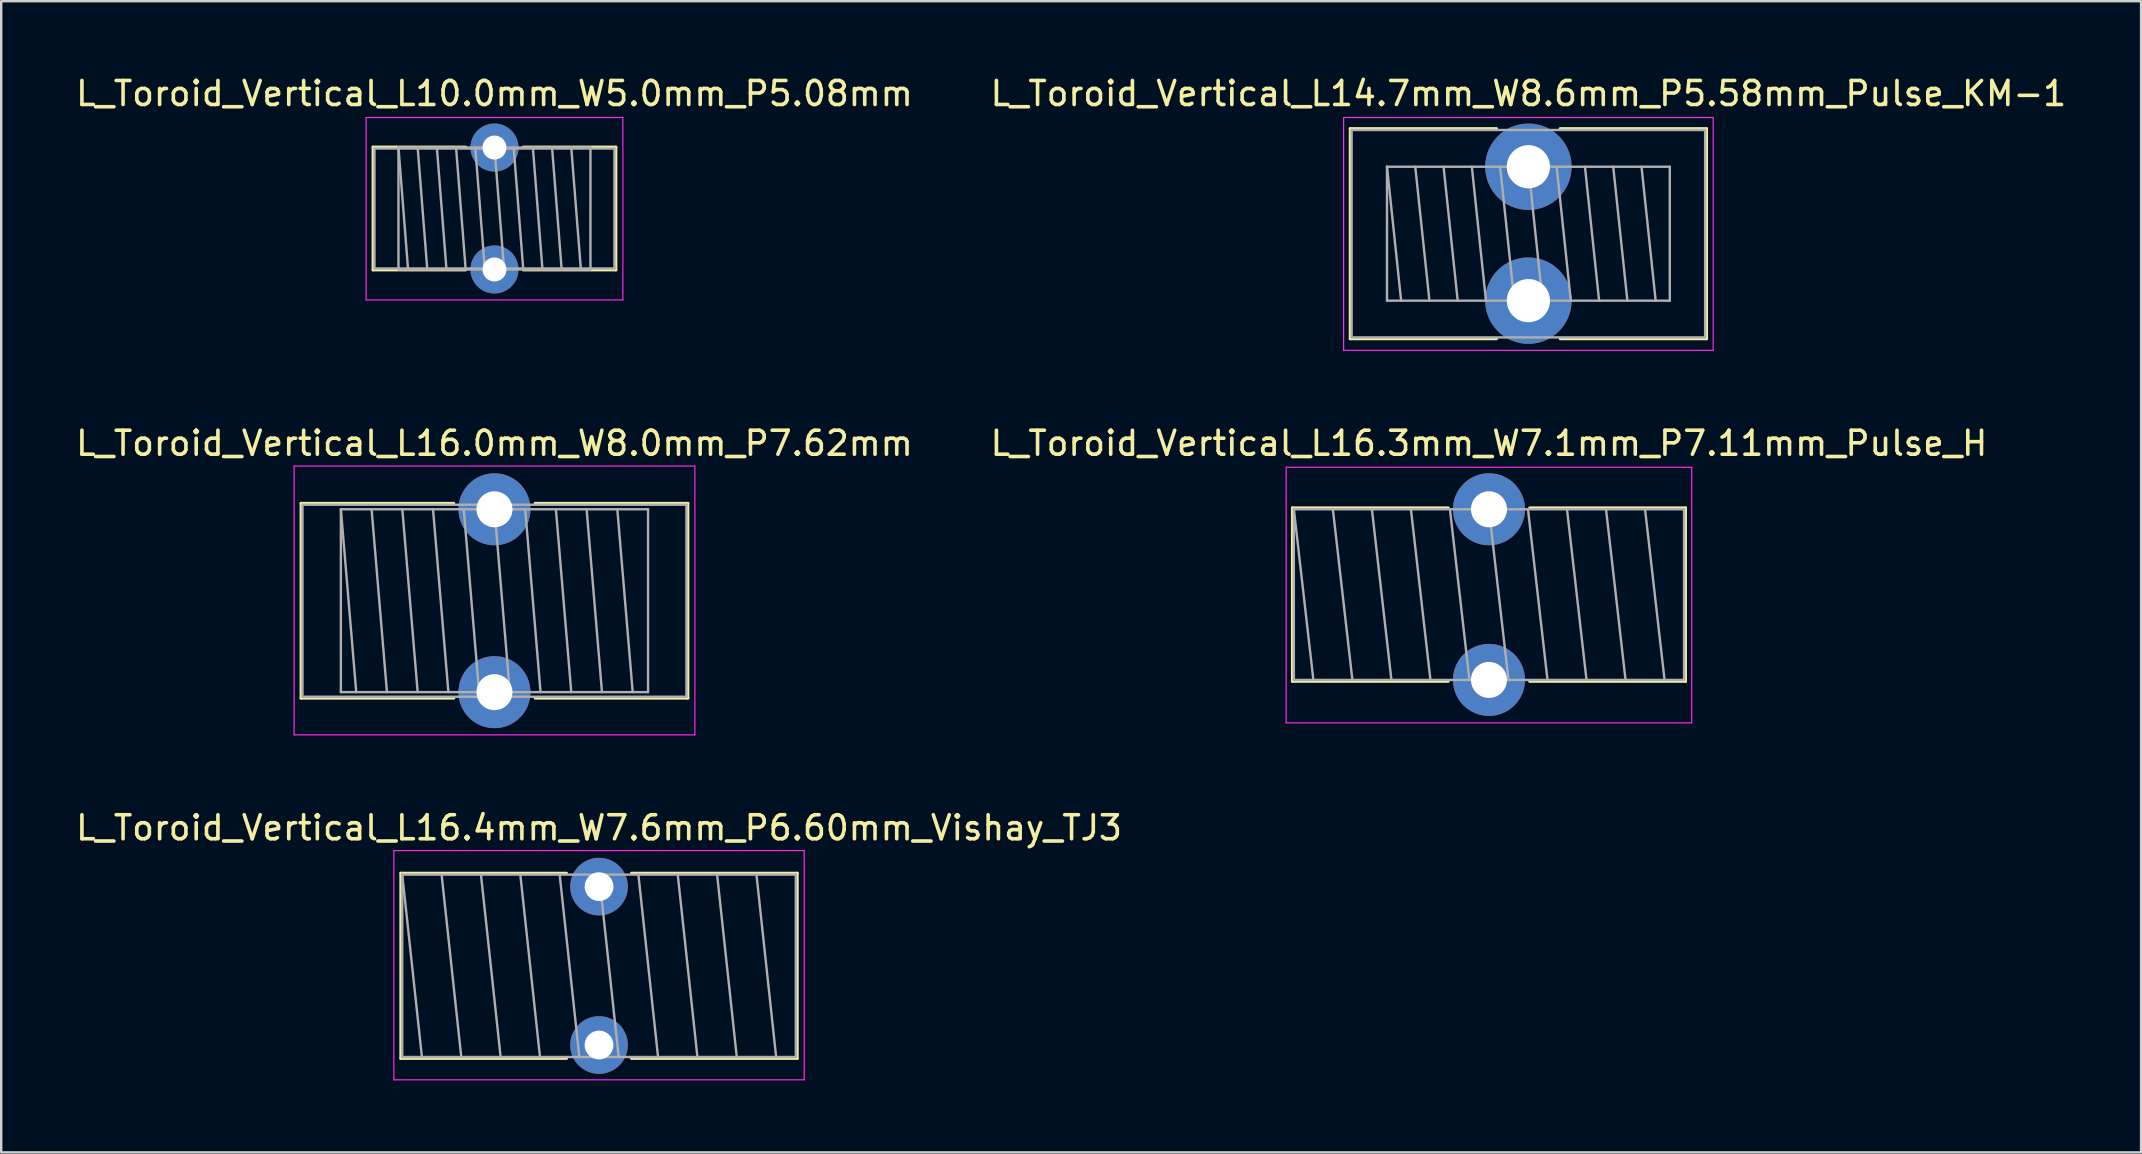
<source format=kicad_pcb>
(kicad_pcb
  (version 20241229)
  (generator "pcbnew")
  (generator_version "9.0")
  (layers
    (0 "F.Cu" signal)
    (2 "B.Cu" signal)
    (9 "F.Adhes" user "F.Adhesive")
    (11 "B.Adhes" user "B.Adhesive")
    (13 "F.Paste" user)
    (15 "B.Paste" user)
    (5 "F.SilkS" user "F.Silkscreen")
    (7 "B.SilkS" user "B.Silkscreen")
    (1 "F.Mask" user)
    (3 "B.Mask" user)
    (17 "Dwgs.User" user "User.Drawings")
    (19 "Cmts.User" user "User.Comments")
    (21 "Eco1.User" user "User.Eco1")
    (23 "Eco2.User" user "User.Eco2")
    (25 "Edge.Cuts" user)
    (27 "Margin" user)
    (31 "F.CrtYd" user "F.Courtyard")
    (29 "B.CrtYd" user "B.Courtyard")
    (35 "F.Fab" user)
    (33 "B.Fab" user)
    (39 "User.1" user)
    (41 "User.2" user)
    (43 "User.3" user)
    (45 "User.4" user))
  (footprint "L_Toroid_Vertical_L14.7mm_W8.6mm_P5.58mm_Pulse_KM-1"
    (layer "F.Cu")
    (at 60.637 3.898)
    (property "Reference" "L_Toroid_Vertical_L14.7mm_W8.6mm_P5.58mm_Pulse_KM-1" (at 0 -3.05 0) (layer "F.SilkS") (effects (font (size 1 1) (thickness 0.15))))
    (attr through_hole)
    (fp_line (start -7.425 -1.59) (end -7.425 7.17) (stroke (width 0.12) (type solid)) (layer "F.SilkS"))
    (fp_line (start -7.425 -1.59) (end -1.325 -1.59) (stroke (width 0.12) (type solid)) (layer "F.SilkS"))
    (fp_line (start -7.425 7.17) (end -1.325 7.17) (stroke (width 0.12) (type solid)) (layer "F.SilkS"))
    (fp_line (start 1.325 -1.59) (end 7.425 -1.59) (stroke (width 0.12) (type solid)) (layer "F.SilkS"))
    (fp_line (start 1.325 7.17) (end 7.425 7.17) (stroke (width 0.12) (type solid)) (layer "F.SilkS"))
    (fp_line (start 7.425 -1.59) (end 7.425 7.17) (stroke (width 0.12) (type solid)) (layer "F.SilkS"))
    (fp_line (start -7.7 -2.05) (end -7.7 7.65) (stroke (width 0.05) (type solid)) (layer "F.CrtYd"))
    (fp_line (start -7.7 7.65) (end 7.7 7.65) (stroke (width 0.05) (type solid)) (layer "F.CrtYd"))
    (fp_line (start 7.7 -2.05) (end -7.7 -2.05) (stroke (width 0.05) (type solid)) (layer "F.CrtYd"))
    (fp_line (start 7.7 7.65) (end 7.7 -2.05) (stroke (width 0.05) (type solid)) (layer "F.CrtYd"))
    (fp_line (start -7.365 -1.53) (end -7.365 7.11) (stroke (width 0.1) (type solid)) (layer "F.Fab"))
    (fp_line (start -7.365 7.11) (end 7.365 7.11) (stroke (width 0.1) (type solid)) (layer "F.Fab"))
    (fp_line (start -5.892 0) (end -5.892 5.58) (stroke (width 0.1) (type solid)) (layer "F.Fab"))
    (fp_line (start -5.892 0) (end -5.303 5.58) (stroke (width 0.1) (type solid)) (layer "F.Fab"))
    (fp_line (start -5.892 5.58) (end 5.892 5.58) (stroke (width 0.1) (type solid)) (layer "F.Fab"))
    (fp_line (start -4.714 0) (end -4.124 5.58) (stroke (width 0.1) (type solid)) (layer "F.Fab"))
    (fp_line (start -3.535 0) (end -2.946 5.58) (stroke (width 0.1) (type solid)) (layer "F.Fab"))
    (fp_line (start -2.357 0) (end -1.768 5.58) (stroke (width 0.1) (type solid)) (layer "F.Fab"))
    (fp_line (start -1.178 0) (end -0.589 5.58) (stroke (width 0.1) (type solid)) (layer "F.Fab"))
    (fp_line (start 0 0) (end 0.589 5.58) (stroke (width 0.1) (type solid)) (layer "F.Fab"))
    (fp_line (start 1.178 0) (end 1.768 5.58) (stroke (width 0.1) (type solid)) (layer "F.Fab"))
    (fp_line (start 2.357 0) (end 2.946 5.58) (stroke (width 0.1) (type solid)) (layer "F.Fab"))
    (fp_line (start 3.535 0) (end 4.124 5.58) (stroke (width 0.1) (type solid)) (layer "F.Fab"))
    (fp_line (start 4.714 0) (end 5.303 5.58) (stroke (width 0.1) (type solid)) (layer "F.Fab"))
    (fp_line (start 5.892 0) (end -5.892 0) (stroke (width 0.1) (type solid)) (layer "F.Fab"))
    (fp_line (start 5.892 5.58) (end 5.892 0) (stroke (width 0.1) (type solid)) (layer "F.Fab"))
    (fp_line (start 7.365 -1.53) (end -7.365 -1.53) (stroke (width 0.1) (type solid)) (layer "F.Fab"))
    (fp_line (start 7.365 7.11) (end 7.365 -1.53) (stroke (width 0.1) (type solid)) (layer "F.Fab"))
    (pad "1" thru_hole circle (at 0 0) (size 3.6 3.6) (drill 1.8) (layers "*.Cu" "*.Mask"))
    (pad "2" thru_hole circle (at 0 5.58) (size 3.6 3.6) (drill 1.8) (layers "*.Cu" "*.Mask")))
  (footprint "L_Toroid_Vertical_L16.3mm_W7.1mm_P7.11mm_Pulse_H"
    (layer "F.Cu")
    (at 58.994 18.172)
    (property "Reference" "L_Toroid_Vertical_L16.3mm_W7.1mm_P7.11mm_Pulse_H" (at 0 -2.75 0) (layer "F.SilkS") (effects (font (size 1 1) (thickness 0.15))))
    (attr through_hole)
    (fp_line (start -8.191 -0.06) (end -8.191 7.17) (stroke (width 0.12) (type solid)) (layer "F.SilkS"))
    (fp_line (start -8.191 -0.06) (end -1.695 -0.06) (stroke (width 0.12) (type solid)) (layer "F.SilkS"))
    (fp_line (start -8.191 7.17) (end -1.695 7.17) (stroke (width 0.12) (type solid)) (layer "F.SilkS"))
    (fp_line (start 1.695 -0.06) (end 8.191 -0.06) (stroke (width 0.12) (type solid)) (layer "F.SilkS"))
    (fp_line (start 1.695 7.17) (end 8.191 7.17) (stroke (width 0.12) (type solid)) (layer "F.SilkS"))
    (fp_line (start 8.191 -0.06) (end 8.191 7.17) (stroke (width 0.12) (type solid)) (layer "F.SilkS"))
    (fp_line (start -8.45 -1.75) (end -8.45 8.9) (stroke (width 0.05) (type solid)) (layer "F.CrtYd"))
    (fp_line (start -8.45 8.9) (end 8.45 8.9) (stroke (width 0.05) (type solid)) (layer "F.CrtYd"))
    (fp_line (start 8.45 -1.75) (end -8.45 -1.75) (stroke (width 0.05) (type solid)) (layer "F.CrtYd"))
    (fp_line (start 8.45 8.9) (end 8.45 -1.75) (stroke (width 0.05) (type solid)) (layer "F.CrtYd"))
    (fp_line (start -8.13 0) (end -8.13 7.11) (stroke (width 0.1) (type solid)) (layer "F.Fab"))
    (fp_line (start -8.13 0) (end -7.317 7.11) (stroke (width 0.1) (type solid)) (layer "F.Fab"))
    (fp_line (start -8.13 7.11) (end 8.13 7.11) (stroke (width 0.1) (type solid)) (layer "F.Fab"))
    (fp_line (start -6.504 0) (end -5.691 7.11) (stroke (width 0.1) (type solid)) (layer "F.Fab"))
    (fp_line (start -4.878 0) (end -4.065 7.11) (stroke (width 0.1) (type solid)) (layer "F.Fab"))
    (fp_line (start -3.252 0) (end -2.439 7.11) (stroke (width 0.1) (type solid)) (layer "F.Fab"))
    (fp_line (start -1.626 0) (end -0.813 7.11) (stroke (width 0.1) (type solid)) (layer "F.Fab"))
    (fp_line (start 0 0) (end 0.813 7.11) (stroke (width 0.1) (type solid)) (layer "F.Fab"))
    (fp_line (start 1.626 0) (end 2.439 7.11) (stroke (width 0.1) (type solid)) (layer "F.Fab"))
    (fp_line (start 3.252 0) (end 4.065 7.11) (stroke (width 0.1) (type solid)) (layer "F.Fab"))
    (fp_line (start 4.878 0) (end 5.691 7.11) (stroke (width 0.1) (type solid)) (layer "F.Fab"))
    (fp_line (start 6.504 0) (end 7.317 7.11) (stroke (width 0.1) (type solid)) (layer "F.Fab"))
    (fp_line (start 8.13 0) (end -8.13 0) (stroke (width 0.1) (type solid)) (layer "F.Fab"))
    (fp_line (start 8.13 7.11) (end 8.13 0) (stroke (width 0.1) (type solid)) (layer "F.Fab"))
    (pad "1" thru_hole circle (at 0 0) (size 3 3) (drill 1.5) (layers "*.Cu" "*.Mask"))
    (pad "2" thru_hole circle (at 0 7.11) (size 3 3) (drill 1.5) (layers "*.Cu" "*.Mask")))
  (footprint "L_Toroid_Vertical_L16.0mm_W8.0mm_P7.62mm"
    (layer "F.Cu")
    (at 17.554 18.172)
    (property "Reference" "L_Toroid_Vertical_L16.0mm_W8.0mm_P7.62mm" (at 0 -2.75 0) (layer "F.SilkS") (effects (font (size 1 1) (thickness 0.15))))
    (attr through_hole)
    (fp_line (start -8.06 -0.25) (end -8.06 7.87) (stroke (width 0.12) (type solid)) (layer "F.SilkS"))
    (fp_line (start -8.06 -0.25) (end -1.695 -0.25) (stroke (width 0.12) (type solid)) (layer "F.SilkS"))
    (fp_line (start -8.06 7.87) (end -1.695 7.87) (stroke (width 0.12) (type solid)) (layer "F.SilkS"))
    (fp_line (start 1.695 -0.25) (end 8.06 -0.25) (stroke (width 0.12) (type solid)) (layer "F.SilkS"))
    (fp_line (start 1.695 7.87) (end 8.06 7.87) (stroke (width 0.12) (type solid)) (layer "F.SilkS"))
    (fp_line (start 8.06 -0.25) (end 8.06 7.87) (stroke (width 0.12) (type solid)) (layer "F.SilkS"))
    (fp_line (start -8.35 -1.8) (end -8.35 9.4) (stroke (width 0.05) (type solid)) (layer "F.CrtYd"))
    (fp_line (start -8.35 9.4) (end 8.35 9.4) (stroke (width 0.05) (type solid)) (layer "F.CrtYd"))
    (fp_line (start 8.35 -1.8) (end -8.35 -1.8) (stroke (width 0.05) (type solid)) (layer "F.CrtYd"))
    (fp_line (start 8.35 9.4) (end 8.35 -1.8) (stroke (width 0.05) (type solid)) (layer "F.CrtYd"))
    (fp_line (start -8 -0.19) (end -8 7.81) (stroke (width 0.1) (type solid)) (layer "F.Fab"))
    (fp_line (start -8 7.81) (end 8 7.81) (stroke (width 0.1) (type solid)) (layer "F.Fab"))
    (fp_line (start -6.4 0) (end -6.4 7.62) (stroke (width 0.1) (type solid)) (layer "F.Fab"))
    (fp_line (start -6.4 0) (end -5.76 7.62) (stroke (width 0.1) (type solid)) (layer "F.Fab"))
    (fp_line (start -6.4 7.62) (end 6.4 7.62) (stroke (width 0.1) (type solid)) (layer "F.Fab"))
    (fp_line (start -5.12 0) (end -4.48 7.62) (stroke (width 0.1) (type solid)) (layer "F.Fab"))
    (fp_line (start -3.84 0) (end -3.2 7.62) (stroke (width 0.1) (type solid)) (layer "F.Fab"))
    (fp_line (start -2.56 0) (end -1.92 7.62) (stroke (width 0.1) (type solid)) (layer "F.Fab"))
    (fp_line (start -1.28 0) (end -0.64 7.62) (stroke (width 0.1) (type solid)) (layer "F.Fab"))
    (fp_line (start 0 0) (end 0.64 7.62) (stroke (width 0.1) (type solid)) (layer "F.Fab"))
    (fp_line (start 1.28 0) (end 1.92 7.62) (stroke (width 0.1) (type solid)) (layer "F.Fab"))
    (fp_line (start 2.56 0) (end 3.2 7.62) (stroke (width 0.1) (type solid)) (layer "F.Fab"))
    (fp_line (start 3.84 0) (end 4.48 7.62) (stroke (width 0.1) (type solid)) (layer "F.Fab"))
    (fp_line (start 5.12 0) (end 5.76 7.62) (stroke (width 0.1) (type solid)) (layer "F.Fab"))
    (fp_line (start 6.4 0) (end -6.4 0) (stroke (width 0.1) (type solid)) (layer "F.Fab"))
    (fp_line (start 6.4 7.62) (end 6.4 0) (stroke (width 0.1) (type solid)) (layer "F.Fab"))
    (fp_line (start 8 -0.19) (end -8 -0.19) (stroke (width 0.1) (type solid)) (layer "F.Fab"))
    (fp_line (start 8 7.81) (end 8 -0.19) (stroke (width 0.1) (type solid)) (layer "F.Fab"))
    (pad "1" thru_hole circle (at 0 0) (size 3 3) (drill 1.5) (layers "*.Cu" "*.Mask"))
    (pad "2" thru_hole circle (at 0 7.62) (size 3 3) (drill 1.5) (layers "*.Cu" "*.Mask")))
  (footprint "L_Toroid_Vertical_L16.4mm_W7.6mm_P6.60mm_Vishay_TJ3"
    (layer "F.Cu")
    (at 21.911 33.895)
    (property "Reference" "L_Toroid_Vertical_L16.4mm_W7.6mm_P6.60mm_Vishay_TJ3" (at 0 -2.45 0) (layer "F.SilkS") (effects (font (size 1 1) (thickness 0.15))))
    (attr through_hole)
    (fp_line (start -8.26 -0.56) (end -8.26 7.16) (stroke (width 0.12) (type solid)) (layer "F.SilkS"))
    (fp_line (start -8.26 -0.56) (end -1.352 -0.56) (stroke (width 0.12) (type solid)) (layer "F.SilkS"))
    (fp_line (start -8.26 7.16) (end -1.352 7.16) (stroke (width 0.12) (type solid)) (layer "F.SilkS"))
    (fp_line (start 1.352 -0.56) (end 8.26 -0.56) (stroke (width 0.12) (type solid)) (layer "F.SilkS"))
    (fp_line (start 1.352 7.16) (end 8.26 7.16) (stroke (width 0.12) (type solid)) (layer "F.SilkS"))
    (fp_line (start 8.26 -0.56) (end 8.26 7.16) (stroke (width 0.12) (type solid)) (layer "F.SilkS"))
    (fp_line (start -8.55 -1.5) (end -8.55 8.05) (stroke (width 0.05) (type solid)) (layer "F.CrtYd"))
    (fp_line (start -8.55 8.05) (end 8.55 8.05) (stroke (width 0.05) (type solid)) (layer "F.CrtYd"))
    (fp_line (start 8.55 -1.5) (end -8.55 -1.5) (stroke (width 0.05) (type solid)) (layer "F.CrtYd"))
    (fp_line (start 8.55 8.05) (end 8.55 -1.5) (stroke (width 0.05) (type solid)) (layer "F.CrtYd"))
    (fp_line (start -8.2 -0.5) (end -8.2 7.1) (stroke (width 0.1) (type solid)) (layer "F.Fab"))
    (fp_line (start -8.2 -0.5) (end -7.38 7.1) (stroke (width 0.1) (type solid)) (layer "F.Fab"))
    (fp_line (start -8.2 7.1) (end 8.2 7.1) (stroke (width 0.1) (type solid)) (layer "F.Fab"))
    (fp_line (start -6.56 -0.5) (end -5.74 7.1) (stroke (width 0.1) (type solid)) (layer "F.Fab"))
    (fp_line (start -4.92 -0.5) (end -4.1 7.1) (stroke (width 0.1) (type solid)) (layer "F.Fab"))
    (fp_line (start -3.28 -0.5) (end -2.46 7.1) (stroke (width 0.1) (type solid)) (layer "F.Fab"))
    (fp_line (start -1.64 -0.5) (end -0.82 7.1) (stroke (width 0.1) (type solid)) (layer "F.Fab"))
    (fp_line (start 0 -0.5) (end 0.82 7.1) (stroke (width 0.1) (type solid)) (layer "F.Fab"))
    (fp_line (start 1.64 -0.5) (end 2.46 7.1) (stroke (width 0.1) (type solid)) (layer "F.Fab"))
    (fp_line (start 3.28 -0.5) (end 4.1 7.1) (stroke (width 0.1) (type solid)) (layer "F.Fab"))
    (fp_line (start 4.92 -0.5) (end 5.74 7.1) (stroke (width 0.1) (type solid)) (layer "F.Fab"))
    (fp_line (start 6.56 -0.5) (end 7.38 7.1) (stroke (width 0.1) (type solid)) (layer "F.Fab"))
    (fp_line (start 8.2 -0.5) (end -8.2 -0.5) (stroke (width 0.1) (type solid)) (layer "F.Fab"))
    (fp_line (start 8.2 7.1) (end 8.2 -0.5) (stroke (width 0.1) (type solid)) (layer "F.Fab"))
    (pad "1" thru_hole circle (at 0 0) (size 2.4 2.4) (drill 1.2) (layers "*.Cu" "*.Mask"))
    (pad "2" thru_hole circle (at 0 6.6) (size 2.4 2.4) (drill 1.2) (layers "*.Cu" "*.Mask")))
  (footprint "L_Toroid_Vertical_L10.0mm_W5.0mm_P5.08mm"
    (layer "F.Cu")
    (at 17.554 3.098)
    (property "Reference" "L_Toroid_Vertical_L10.0mm_W5.0mm_P5.08mm" (at 0 -2.25 0) (layer "F.SilkS") (effects (font (size 1 1) (thickness 0.15))))
    (attr through_hole)
    (fp_line (start -5.06 -0.02) (end -5.06 5.1) (stroke (width 0.12) (type solid)) (layer "F.SilkS"))
    (fp_line (start -5.06 -0.02) (end -1.195 -0.02) (stroke (width 0.12) (type solid)) (layer "F.SilkS"))
    (fp_line (start -5.06 5.1) (end -1.195 5.1) (stroke (width 0.12) (type solid)) (layer "F.SilkS"))
    (fp_line (start 1.195 -0.02) (end 5.06 -0.02) (stroke (width 0.12) (type solid)) (layer "F.SilkS"))
    (fp_line (start 1.195 5.1) (end 5.06 5.1) (stroke (width 0.12) (type solid)) (layer "F.SilkS"))
    (fp_line (start 5.06 -0.02) (end 5.06 5.1) (stroke (width 0.12) (type solid)) (layer "F.SilkS"))
    (fp_line (start -5.35 -1.25) (end -5.35 6.35) (stroke (width 0.05) (type solid)) (layer "F.CrtYd"))
    (fp_line (start -5.35 6.35) (end 5.35 6.35) (stroke (width 0.05) (type solid)) (layer "F.CrtYd"))
    (fp_line (start 5.35 -1.25) (end -5.35 -1.25) (stroke (width 0.05) (type solid)) (layer "F.CrtYd"))
    (fp_line (start 5.35 6.35) (end 5.35 -1.25) (stroke (width 0.05) (type solid)) (layer "F.CrtYd"))
    (fp_line (start -5 0.04) (end -5 5.04) (stroke (width 0.1) (type solid)) (layer "F.Fab"))
    (fp_line (start -5 5.04) (end 5 5.04) (stroke (width 0.1) (type solid)) (layer "F.Fab"))
    (fp_line (start -4 0) (end -4 5.08) (stroke (width 0.1) (type solid)) (layer "F.Fab"))
    (fp_line (start -4 0) (end -3.6 5.08) (stroke (width 0.1) (type solid)) (layer "F.Fab"))
    (fp_line (start -4 5.08) (end 4 5.08) (stroke (width 0.1) (type solid)) (layer "F.Fab"))
    (fp_line (start -3.2 0) (end -2.8 5.08) (stroke (width 0.1) (type solid)) (layer "F.Fab"))
    (fp_line (start -2.4 0) (end -2 5.08) (stroke (width 0.1) (type solid)) (layer "F.Fab"))
    (fp_line (start -1.6 0) (end -1.2 5.08) (stroke (width 0.1) (type solid)) (layer "F.Fab"))
    (fp_line (start -0.8 0) (end -0.4 5.08) (stroke (width 0.1) (type solid)) (layer "F.Fab"))
    (fp_line (start 0 0) (end 0.4 5.08) (stroke (width 0.1) (type solid)) (layer "F.Fab"))
    (fp_line (start 0.8 0) (end 1.2 5.08) (stroke (width 0.1) (type solid)) (layer "F.Fab"))
    (fp_line (start 1.6 0) (end 2 5.08) (stroke (width 0.1) (type solid)) (layer "F.Fab"))
    (fp_line (start 2.4 0) (end 2.8 5.08) (stroke (width 0.1) (type solid)) (layer "F.Fab"))
    (fp_line (start 3.2 0) (end 3.6 5.08) (stroke (width 0.1) (type solid)) (layer "F.Fab"))
    (fp_line (start 4 0) (end -4 0) (stroke (width 0.1) (type solid)) (layer "F.Fab"))
    (fp_line (start 4 5.08) (end 4 0) (stroke (width 0.1) (type solid)) (layer "F.Fab"))
    (fp_line (start 5 0.04) (end -5 0.04) (stroke (width 0.1) (type solid)) (layer "F.Fab"))
    (fp_line (start 5 5.04) (end 5 0.04) (stroke (width 0.1) (type solid)) (layer "F.Fab"))
    (pad "1" thru_hole circle (at 0 0) (size 2 2) (drill 1) (layers "*.Cu" "*.Mask"))
    (pad "2" thru_hole circle (at 0 5.08) (size 2 2) (drill 1) (layers "*.Cu" "*.Mask")))
  (gr_rect
    (start -3 -3)
    (end 86.167 44.97)
    (stroke (width 0.1) (type default))
    (fill no)
    (layer "Edge.Cuts")))
</source>
